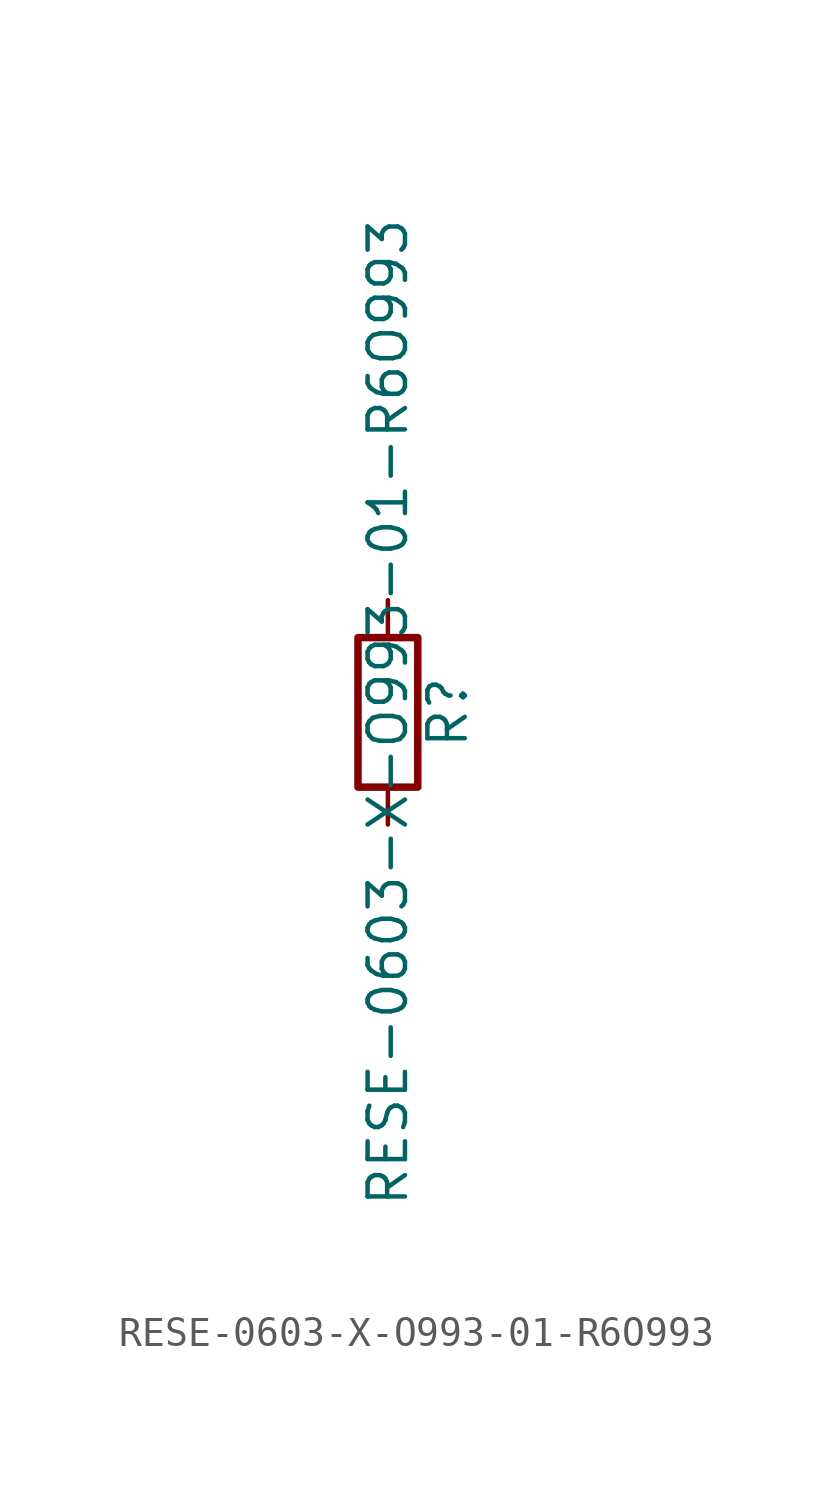
<source format=kicad_sym>
(kicad_symbol_lib
  (version 20211014)
  (generator kicad_symbol_editor)
  (symbol "RESE-0603-X-O993-01-R6O993"
    (pin_numbers hide)
    (pin_names
      (offset 0))
    (property "Reference" "R"
      (at 2.032 0 90)
      (effects (font (size 1.27 1.27))))
    (property "Value" "RESE-0603-X-O993-01-R6O993"
      (at 0 0 90)
      (effects (font (size 1.27 1.27))))
    (symbol "RESE-0603-X-O993-01-R6O993_0_1"
      (rectangle (start -1.016 -2.54) (end 1.016 2.54) (stroke (width 0.254) (type default) (color 0 0 0 0)) (fill (type none))))
    (symbol "RESE-0603-X-O993-01-R6O993_1_1"
      (pin passive line (at 0 3.81 270) (length 1.27) (name "~" (effects (font (size 1.27 1.27)))) (number "1" (effects (font (size 1.27 1.27)))))
      (pin passive line (at 0 -3.81 90) (length 1.27) (name "~" (effects (font (size 1.27 1.27)))) (number "2" (effects (font (size 1.27 1.27))))))))
</source>
